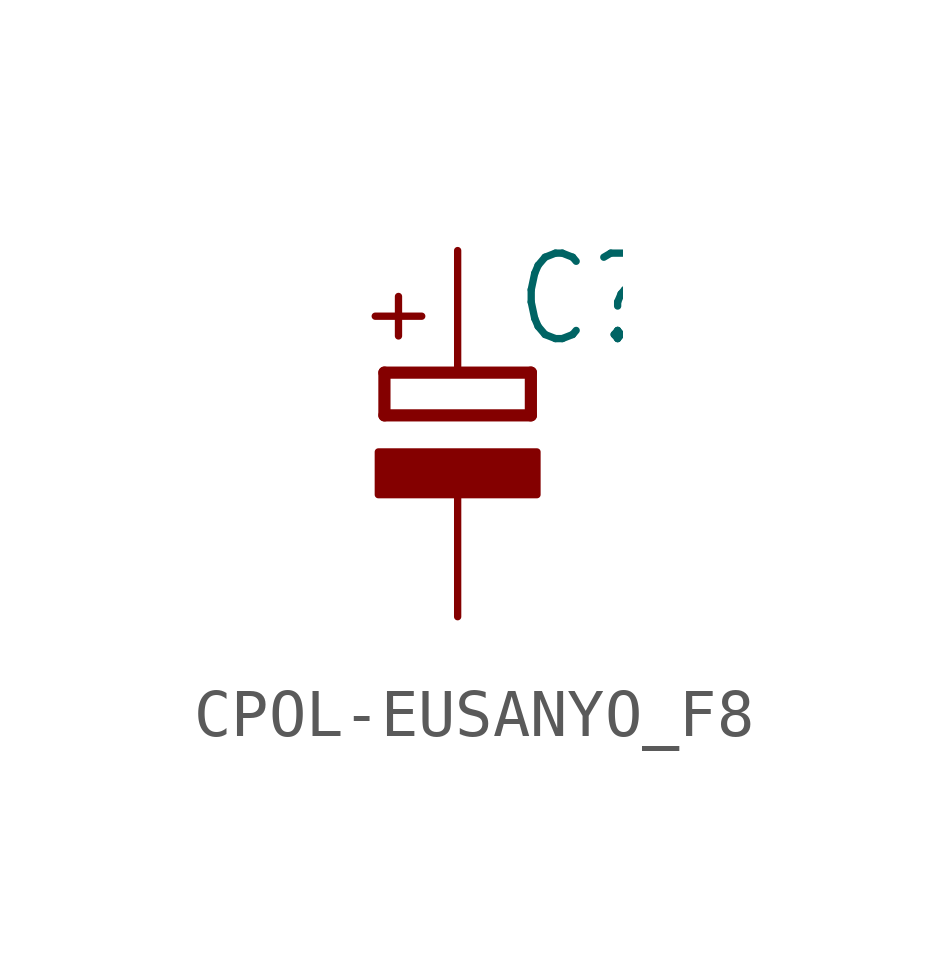
<source format=kicad_sym>
(kicad_symbol_lib
  (version 20241209)
  (generator "kicad_symbol_editor")
  (generator_version "9.0")
  (symbol "CPOL-EUSANYO_F8"
    (property "Reference" "C"
      (at 1.143 0.483 0)
      (effects (font (size 1.778 1.511)) (justify left bottom)))
    (property "Value" ""
      (at 1.143 -4.597 0)
      (effects (font (size 1.778 1.511)) (justify left bottom)))
    (property "ki_locked" ""
      (at 0 0 0)
      (effects (font (size 1.27 1.27))))
    (symbol "CPOL-EUSANYO_F8_1_0"
      (rectangle (start -1.651 -2.54) (end 1.651 -1.651) (stroke (width 0) (type default)) (fill (type outline)))
      (polyline (pts (xy -1.524 0) (xy -1.524 -0.889)) (stroke (width 0.254) (type solid)) (fill (type none)))
      (polyline (pts (xy -1.524 0) (xy 1.524 0)) (stroke (width 0.254) (type solid)) (fill (type none)))
      (polyline (pts (xy -1.524 -0.889) (xy 1.524 -0.889)) (stroke (width 0.254) (type solid)) (fill (type none)))
      (polyline (pts (xy 1.524 -0.889) (xy 1.524 0)) (stroke (width 0.254) (type solid)) (fill (type none)))
      (text "+" (at -0.584 0.406 900) (effects (font (size 1.27 1.079)) (justify left bottom)))
      (pin passive line (at 0 2.54 270) (length 2.54) (name "+" (effects (font (size 0 0)))) (number "+" (effects (font (size 0 0)))))
      (pin passive line (at 0 -5.08 90) (length 2.54) (name "-" (effects (font (size 0 0)))) (number "-" (effects (font (size 0 0))))))))
</source>
